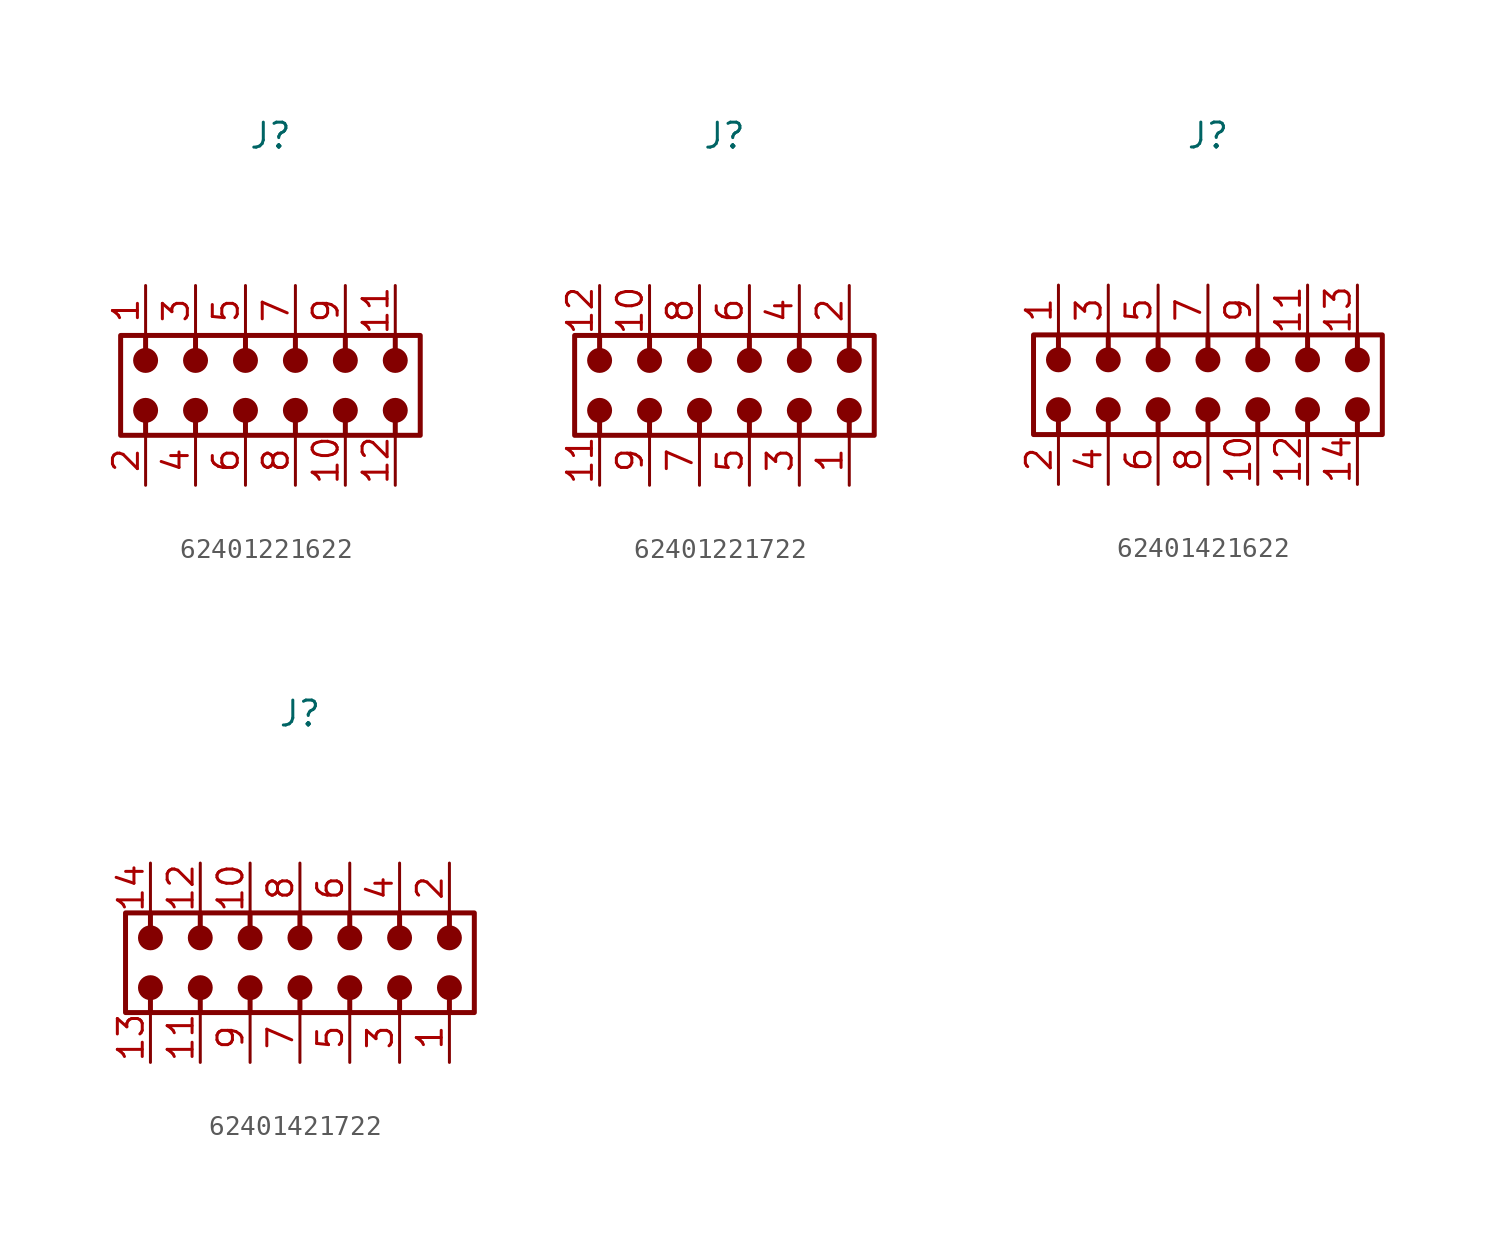
<source format=kicad_sym>
(kicad_symbol_lib
  (version 20241209)
  (generator "kicad_symbol_editor")
  (generator_version "9.0")
  (symbol "62401221622"
    (pin_names
      (hide yes))
    (property "Reference" "J"
      (at 0 12.7 0)
      (effects (font (size 1.27 1.27))))
    (symbol "62401221622_1_1"
      (rectangle (start -7.62 2.54) (end 7.62 -2.54) (stroke (width 0.254) (type solid)) (fill (type none)))
      (polyline (pts (xy -6.35 1.778) (xy -6.35 2.54)) (stroke (width 0.254) (type solid)) (fill (type none)))
      (circle (center -6.35 1.27) (radius 0.508) (stroke (width 0.254) (type solid)) (fill (type outline)))
      (circle (center -6.35 -1.27) (radius 0.508) (stroke (width 0.254) (type solid)) (fill (type outline)))
      (polyline (pts (xy -6.35 -1.778) (xy -6.35 -2.54)) (stroke (width 0.254) (type solid)) (fill (type none)))
      (polyline (pts (xy -3.81 1.778) (xy -3.81 2.54)) (stroke (width 0.254) (type solid)) (fill (type none)))
      (circle (center -3.81 1.27) (radius 0.508) (stroke (width 0.254) (type solid)) (fill (type outline)))
      (circle (center -3.81 -1.27) (radius 0.508) (stroke (width 0.254) (type solid)) (fill (type outline)))
      (polyline (pts (xy -3.81 -1.778) (xy -3.81 -2.54)) (stroke (width 0.254) (type solid)) (fill (type none)))
      (polyline (pts (xy -1.27 1.778) (xy -1.27 2.54)) (stroke (width 0.254) (type solid)) (fill (type none)))
      (circle (center -1.27 1.27) (radius 0.508) (stroke (width 0.254) (type solid)) (fill (type outline)))
      (circle (center -1.27 -1.27) (radius 0.508) (stroke (width 0.254) (type solid)) (fill (type outline)))
      (polyline (pts (xy -1.27 -1.778) (xy -1.27 -2.54)) (stroke (width 0.254) (type solid)) (fill (type none)))
      (polyline (pts (xy 1.27 1.778) (xy 1.27 2.54)) (stroke (width 0.254) (type solid)) (fill (type none)))
      (circle (center 1.27 1.27) (radius 0.508) (stroke (width 0.254) (type solid)) (fill (type outline)))
      (circle (center 1.27 -1.27) (radius 0.508) (stroke (width 0.254) (type solid)) (fill (type outline)))
      (polyline (pts (xy 1.27 -1.778) (xy 1.27 -2.54)) (stroke (width 0.254) (type solid)) (fill (type none)))
      (polyline (pts (xy 3.81 1.778) (xy 3.81 2.54)) (stroke (width 0.254) (type solid)) (fill (type none)))
      (circle (center 3.81 1.27) (radius 0.508) (stroke (width 0.254) (type solid)) (fill (type outline)))
      (circle (center 3.81 -1.27) (radius 0.508) (stroke (width 0.254) (type solid)) (fill (type outline)))
      (polyline (pts (xy 3.81 -1.778) (xy 3.81 -2.54)) (stroke (width 0.254) (type solid)) (fill (type none)))
      (polyline (pts (xy 6.35 1.778) (xy 6.35 2.54)) (stroke (width 0.254) (type solid)) (fill (type none)))
      (circle (center 6.35 1.27) (radius 0.508) (stroke (width 0.254) (type solid)) (fill (type outline)))
      (circle (center 6.35 -1.27) (radius 0.508) (stroke (width 0.254) (type solid)) (fill (type outline)))
      (polyline (pts (xy 6.35 -1.778) (xy 6.35 -2.54)) (stroke (width 0.254) (type solid)) (fill (type none)))
      (pin passive line (at -6.35 5.08 270) (length 2.54) (name "1" (effects (font (size 1.27 1.27)))) (number "1" (effects (font (size 1.27 1.27)))))
      (pin passive line (at -6.35 -5.08 90) (length 2.54) (name "2" (effects (font (size 1.27 1.27)))) (number "2" (effects (font (size 1.27 1.27)))))
      (pin passive line (at -3.81 5.08 270) (length 2.54) (name "3" (effects (font (size 1.27 1.27)))) (number "3" (effects (font (size 1.27 1.27)))))
      (pin passive line (at -3.81 -5.08 90) (length 2.54) (name "4" (effects (font (size 1.27 1.27)))) (number "4" (effects (font (size 1.27 1.27)))))
      (pin passive line (at -1.27 5.08 270) (length 2.54) (name "5" (effects (font (size 1.27 1.27)))) (number "5" (effects (font (size 1.27 1.27)))))
      (pin passive line (at -1.27 -5.08 90) (length 2.54) (name "6" (effects (font (size 1.27 1.27)))) (number "6" (effects (font (size 1.27 1.27)))))
      (pin passive line (at 1.27 5.08 270) (length 2.54) (name "7" (effects (font (size 1.27 1.27)))) (number "7" (effects (font (size 1.27 1.27)))))
      (pin passive line (at 1.27 -5.08 90) (length 2.54) (name "8" (effects (font (size 1.27 1.27)))) (number "8" (effects (font (size 1.27 1.27)))))
      (pin passive line (at 3.81 5.08 270) (length 2.54) (name "9" (effects (font (size 1.27 1.27)))) (number "9" (effects (font (size 1.27 1.27)))))
      (pin passive line (at 3.81 -5.08 90) (length 2.54) (name "10" (effects (font (size 1.27 1.27)))) (number "10" (effects (font (size 1.27 1.27)))))
      (pin passive line (at 6.35 5.08 270) (length 2.54) (name "11" (effects (font (size 1.27 1.27)))) (number "11" (effects (font (size 1.27 1.27)))))
      (pin passive line (at 6.35 -5.08 90) (length 2.54) (name "12" (effects (font (size 1.27 1.27)))) (number "12" (effects (font (size 1.27 1.27)))))))
  (symbol "62401221722"
    (pin_names
      (hide yes))
    (property "Reference" "J"
      (at 0 12.7 0)
      (effects (font (size 1.27 1.27))))
    (symbol "62401221722_1_1"
      (rectangle (start -7.62 2.54) (end 7.62 -2.54) (stroke (width 0.254) (type solid)) (fill (type none)))
      (polyline (pts (xy -6.35 1.778) (xy -6.35 2.54)) (stroke (width 0.254) (type solid)) (fill (type none)))
      (circle (center -6.35 1.27) (radius 0.508) (stroke (width 0.254) (type solid)) (fill (type outline)))
      (circle (center -6.35 -1.27) (radius 0.508) (stroke (width 0.254) (type solid)) (fill (type outline)))
      (polyline (pts (xy -6.35 -1.778) (xy -6.35 -2.54)) (stroke (width 0.254) (type solid)) (fill (type none)))
      (polyline (pts (xy -3.81 1.778) (xy -3.81 2.54)) (stroke (width 0.254) (type solid)) (fill (type none)))
      (circle (center -3.81 1.27) (radius 0.508) (stroke (width 0.254) (type solid)) (fill (type outline)))
      (circle (center -3.81 -1.27) (radius 0.508) (stroke (width 0.254) (type solid)) (fill (type outline)))
      (polyline (pts (xy -3.81 -1.778) (xy -3.81 -2.54)) (stroke (width 0.254) (type solid)) (fill (type none)))
      (polyline (pts (xy -1.27 1.778) (xy -1.27 2.54)) (stroke (width 0.254) (type solid)) (fill (type none)))
      (circle (center -1.27 1.27) (radius 0.508) (stroke (width 0.254) (type solid)) (fill (type outline)))
      (circle (center -1.27 -1.27) (radius 0.508) (stroke (width 0.254) (type solid)) (fill (type outline)))
      (polyline (pts (xy -1.27 -1.778) (xy -1.27 -2.54)) (stroke (width 0.254) (type solid)) (fill (type none)))
      (polyline (pts (xy 1.27 1.778) (xy 1.27 2.54)) (stroke (width 0.254) (type solid)) (fill (type none)))
      (circle (center 1.27 1.27) (radius 0.508) (stroke (width 0.254) (type solid)) (fill (type outline)))
      (circle (center 1.27 -1.27) (radius 0.508) (stroke (width 0.254) (type solid)) (fill (type outline)))
      (polyline (pts (xy 1.27 -1.778) (xy 1.27 -2.54)) (stroke (width 0.254) (type solid)) (fill (type none)))
      (polyline (pts (xy 3.81 1.778) (xy 3.81 2.54)) (stroke (width 0.254) (type solid)) (fill (type none)))
      (circle (center 3.81 1.27) (radius 0.508) (stroke (width 0.254) (type solid)) (fill (type outline)))
      (circle (center 3.81 -1.27) (radius 0.508) (stroke (width 0.254) (type solid)) (fill (type outline)))
      (polyline (pts (xy 3.81 -1.778) (xy 3.81 -2.54)) (stroke (width 0.254) (type solid)) (fill (type none)))
      (polyline (pts (xy 6.35 1.778) (xy 6.35 2.54)) (stroke (width 0.254) (type solid)) (fill (type none)))
      (circle (center 6.35 1.27) (radius 0.508) (stroke (width 0.254) (type solid)) (fill (type outline)))
      (circle (center 6.35 -1.27) (radius 0.508) (stroke (width 0.254) (type solid)) (fill (type outline)))
      (polyline (pts (xy 6.35 -1.778) (xy 6.35 -2.54)) (stroke (width 0.254) (type solid)) (fill (type none)))
      (pin passive line (at -6.35 5.08 270) (length 2.54) (name "12" (effects (font (size 1.27 1.27)))) (number "12" (effects (font (size 1.27 1.27)))))
      (pin passive line (at -6.35 -5.08 90) (length 2.54) (name "11" (effects (font (size 1.27 1.27)))) (number "11" (effects (font (size 1.27 1.27)))))
      (pin passive line (at -3.81 5.08 270) (length 2.54) (name "10" (effects (font (size 1.27 1.27)))) (number "10" (effects (font (size 1.27 1.27)))))
      (pin passive line (at -3.81 -5.08 90) (length 2.54) (name "9" (effects (font (size 1.27 1.27)))) (number "9" (effects (font (size 1.27 1.27)))))
      (pin passive line (at -1.27 5.08 270) (length 2.54) (name "8" (effects (font (size 1.27 1.27)))) (number "8" (effects (font (size 1.27 1.27)))))
      (pin passive line (at -1.27 -5.08 90) (length 2.54) (name "7" (effects (font (size 1.27 1.27)))) (number "7" (effects (font (size 1.27 1.27)))))
      (pin passive line (at 1.27 5.08 270) (length 2.54) (name "6" (effects (font (size 1.27 1.27)))) (number "6" (effects (font (size 1.27 1.27)))))
      (pin passive line (at 1.27 -5.08 90) (length 2.54) (name "5" (effects (font (size 1.27 1.27)))) (number "5" (effects (font (size 1.27 1.27)))))
      (pin passive line (at 3.81 5.08 270) (length 2.54) (name "4" (effects (font (size 1.27 1.27)))) (number "4" (effects (font (size 1.27 1.27)))))
      (pin passive line (at 3.81 -5.08 90) (length 2.54) (name "3" (effects (font (size 1.27 1.27)))) (number "3" (effects (font (size 1.27 1.27)))))
      (pin passive line (at 6.35 5.08 270) (length 2.54) (name "2" (effects (font (size 1.27 1.27)))) (number "2" (effects (font (size 1.27 1.27)))))
      (pin passive line (at 6.35 -5.08 90) (length 2.54) (name "1" (effects (font (size 1.27 1.27)))) (number "1" (effects (font (size 1.27 1.27)))))))
  (symbol "62401421622"
    (pin_names
      (hide yes))
    (property "Reference" "J"
      (at 0 12.7 0)
      (effects (font (size 1.27 1.27))))
    (symbol "62401421622_1_1"
      (rectangle (start -8.89 2.54) (end 8.89 -2.54) (stroke (width 0.254) (type solid)) (fill (type none)))
      (polyline (pts (xy -7.62 1.778) (xy -7.62 2.54)) (stroke (width 0.254) (type solid)) (fill (type none)))
      (circle (center -7.62 1.27) (radius 0.508) (stroke (width 0.254) (type solid)) (fill (type outline)))
      (circle (center -7.62 -1.27) (radius 0.508) (stroke (width 0.254) (type solid)) (fill (type outline)))
      (polyline (pts (xy -7.62 -1.778) (xy -7.62 -2.54)) (stroke (width 0.254) (type solid)) (fill (type none)))
      (polyline (pts (xy -5.08 1.778) (xy -5.08 2.54)) (stroke (width 0.254) (type solid)) (fill (type none)))
      (circle (center -5.08 1.27) (radius 0.508) (stroke (width 0.254) (type solid)) (fill (type outline)))
      (circle (center -5.08 -1.27) (radius 0.508) (stroke (width 0.254) (type solid)) (fill (type outline)))
      (polyline (pts (xy -5.08 -1.778) (xy -5.08 -2.54)) (stroke (width 0.254) (type solid)) (fill (type none)))
      (polyline (pts (xy -2.54 1.778) (xy -2.54 2.54)) (stroke (width 0.254) (type solid)) (fill (type none)))
      (circle (center -2.54 1.27) (radius 0.508) (stroke (width 0.254) (type solid)) (fill (type outline)))
      (circle (center -2.54 -1.27) (radius 0.508) (stroke (width 0.254) (type solid)) (fill (type outline)))
      (polyline (pts (xy -2.54 -1.778) (xy -2.54 -2.54)) (stroke (width 0.254) (type solid)) (fill (type none)))
      (polyline (pts (xy 0 1.778) (xy 0 2.54)) (stroke (width 0.254) (type solid)) (fill (type none)))
      (circle (center 0 1.27) (radius 0.508) (stroke (width 0.254) (type solid)) (fill (type outline)))
      (circle (center 0 -1.27) (radius 0.508) (stroke (width 0.254) (type solid)) (fill (type outline)))
      (polyline (pts (xy 0 -1.778) (xy 0 -2.54)) (stroke (width 0.254) (type solid)) (fill (type none)))
      (polyline (pts (xy 2.54 1.778) (xy 2.54 2.54)) (stroke (width 0.254) (type solid)) (fill (type none)))
      (circle (center 2.54 1.27) (radius 0.508) (stroke (width 0.254) (type solid)) (fill (type outline)))
      (circle (center 2.54 -1.27) (radius 0.508) (stroke (width 0.254) (type solid)) (fill (type outline)))
      (polyline (pts (xy 2.54 -1.778) (xy 2.54 -2.54)) (stroke (width 0.254) (type solid)) (fill (type none)))
      (polyline (pts (xy 5.08 1.778) (xy 5.08 2.54)) (stroke (width 0.254) (type solid)) (fill (type none)))
      (circle (center 5.08 1.27) (radius 0.508) (stroke (width 0.254) (type solid)) (fill (type outline)))
      (circle (center 5.08 -1.27) (radius 0.508) (stroke (width 0.254) (type solid)) (fill (type outline)))
      (polyline (pts (xy 5.08 -1.778) (xy 5.08 -2.54)) (stroke (width 0.254) (type solid)) (fill (type none)))
      (polyline (pts (xy 7.62 1.778) (xy 7.62 2.54)) (stroke (width 0.254) (type solid)) (fill (type none)))
      (circle (center 7.62 1.27) (radius 0.508) (stroke (width 0.254) (type solid)) (fill (type outline)))
      (circle (center 7.62 -1.27) (radius 0.508) (stroke (width 0.254) (type solid)) (fill (type outline)))
      (polyline (pts (xy 7.62 -1.778) (xy 7.62 -2.54)) (stroke (width 0.254) (type solid)) (fill (type none)))
      (pin passive line (at -7.62 5.08 270) (length 2.54) (name "1" (effects (font (size 1.27 1.27)))) (number "1" (effects (font (size 1.27 1.27)))))
      (pin passive line (at -7.62 -5.08 90) (length 2.54) (name "2" (effects (font (size 1.27 1.27)))) (number "2" (effects (font (size 1.27 1.27)))))
      (pin passive line (at -5.08 5.08 270) (length 2.54) (name "3" (effects (font (size 1.27 1.27)))) (number "3" (effects (font (size 1.27 1.27)))))
      (pin passive line (at -5.08 -5.08 90) (length 2.54) (name "4" (effects (font (size 1.27 1.27)))) (number "4" (effects (font (size 1.27 1.27)))))
      (pin passive line (at -2.54 5.08 270) (length 2.54) (name "5" (effects (font (size 1.27 1.27)))) (number "5" (effects (font (size 1.27 1.27)))))
      (pin passive line (at -2.54 -5.08 90) (length 2.54) (name "6" (effects (font (size 1.27 1.27)))) (number "6" (effects (font (size 1.27 1.27)))))
      (pin passive line (at 0 5.08 270) (length 2.54) (name "7" (effects (font (size 1.27 1.27)))) (number "7" (effects (font (size 1.27 1.27)))))
      (pin passive line (at 0 -5.08 90) (length 2.54) (name "8" (effects (font (size 1.27 1.27)))) (number "8" (effects (font (size 1.27 1.27)))))
      (pin passive line (at 2.54 5.08 270) (length 2.54) (name "9" (effects (font (size 1.27 1.27)))) (number "9" (effects (font (size 1.27 1.27)))))
      (pin passive line (at 2.54 -5.08 90) (length 2.54) (name "10" (effects (font (size 1.27 1.27)))) (number "10" (effects (font (size 1.27 1.27)))))
      (pin passive line (at 5.08 5.08 270) (length 2.54) (name "11" (effects (font (size 1.27 1.27)))) (number "11" (effects (font (size 1.27 1.27)))))
      (pin passive line (at 5.08 -5.08 90) (length 2.54) (name "12" (effects (font (size 1.27 1.27)))) (number "12" (effects (font (size 1.27 1.27)))))
      (pin passive line (at 7.62 5.08 270) (length 2.54) (name "13" (effects (font (size 1.27 1.27)))) (number "13" (effects (font (size 1.27 1.27)))))
      (pin passive line (at 7.62 -5.08 90) (length 2.54) (name "14" (effects (font (size 1.27 1.27)))) (number "14" (effects (font (size 1.27 1.27)))))))
  (symbol "62401421722"
    (pin_names
      (hide yes))
    (property "Reference" "J"
      (at 0 12.7 0)
      (effects (font (size 1.27 1.27))))
    (symbol "62401421722_1_1"
      (rectangle (start -8.89 2.54) (end 8.89 -2.54) (stroke (width 0.254) (type solid)) (fill (type none)))
      (polyline (pts (xy -7.62 1.778) (xy -7.62 2.54)) (stroke (width 0.254) (type solid)) (fill (type none)))
      (circle (center -7.62 1.27) (radius 0.508) (stroke (width 0.254) (type solid)) (fill (type outline)))
      (circle (center -7.62 -1.27) (radius 0.508) (stroke (width 0.254) (type solid)) (fill (type outline)))
      (polyline (pts (xy -7.62 -1.778) (xy -7.62 -2.54)) (stroke (width 0.254) (type solid)) (fill (type none)))
      (polyline (pts (xy -5.08 1.778) (xy -5.08 2.54)) (stroke (width 0.254) (type solid)) (fill (type none)))
      (circle (center -5.08 1.27) (radius 0.508) (stroke (width 0.254) (type solid)) (fill (type outline)))
      (circle (center -5.08 -1.27) (radius 0.508) (stroke (width 0.254) (type solid)) (fill (type outline)))
      (polyline (pts (xy -5.08 -1.778) (xy -5.08 -2.54)) (stroke (width 0.254) (type solid)) (fill (type none)))
      (polyline (pts (xy -2.54 1.778) (xy -2.54 2.54)) (stroke (width 0.254) (type solid)) (fill (type none)))
      (circle (center -2.54 1.27) (radius 0.508) (stroke (width 0.254) (type solid)) (fill (type outline)))
      (circle (center -2.54 -1.27) (radius 0.508) (stroke (width 0.254) (type solid)) (fill (type outline)))
      (polyline (pts (xy -2.54 -1.778) (xy -2.54 -2.54)) (stroke (width 0.254) (type solid)) (fill (type none)))
      (polyline (pts (xy 0 1.778) (xy 0 2.54)) (stroke (width 0.254) (type solid)) (fill (type none)))
      (circle (center 0 1.27) (radius 0.508) (stroke (width 0.254) (type solid)) (fill (type outline)))
      (circle (center 0 -1.27) (radius 0.508) (stroke (width 0.254) (type solid)) (fill (type outline)))
      (polyline (pts (xy 0 -1.778) (xy 0 -2.54)) (stroke (width 0.254) (type solid)) (fill (type none)))
      (polyline (pts (xy 2.54 1.778) (xy 2.54 2.54)) (stroke (width 0.254) (type solid)) (fill (type none)))
      (circle (center 2.54 1.27) (radius 0.508) (stroke (width 0.254) (type solid)) (fill (type outline)))
      (circle (center 2.54 -1.27) (radius 0.508) (stroke (width 0.254) (type solid)) (fill (type outline)))
      (polyline (pts (xy 2.54 -1.778) (xy 2.54 -2.54)) (stroke (width 0.254) (type solid)) (fill (type none)))
      (polyline (pts (xy 5.08 1.778) (xy 5.08 2.54)) (stroke (width 0.254) (type solid)) (fill (type none)))
      (circle (center 5.08 1.27) (radius 0.508) (stroke (width 0.254) (type solid)) (fill (type outline)))
      (circle (center 5.08 -1.27) (radius 0.508) (stroke (width 0.254) (type solid)) (fill (type outline)))
      (polyline (pts (xy 5.08 -1.778) (xy 5.08 -2.54)) (stroke (width 0.254) (type solid)) (fill (type none)))
      (polyline (pts (xy 7.62 1.778) (xy 7.62 2.54)) (stroke (width 0.254) (type solid)) (fill (type none)))
      (circle (center 7.62 1.27) (radius 0.508) (stroke (width 0.254) (type solid)) (fill (type outline)))
      (circle (center 7.62 -1.27) (radius 0.508) (stroke (width 0.254) (type solid)) (fill (type outline)))
      (polyline (pts (xy 7.62 -1.778) (xy 7.62 -2.54)) (stroke (width 0.254) (type solid)) (fill (type none)))
      (pin passive line (at -7.62 5.08 270) (length 2.54) (name "14" (effects (font (size 1.27 1.27)))) (number "14" (effects (font (size 1.27 1.27)))))
      (pin passive line (at -7.62 -5.08 90) (length 2.54) (name "13" (effects (font (size 1.27 1.27)))) (number "13" (effects (font (size 1.27 1.27)))))
      (pin passive line (at -5.08 5.08 270) (length 2.54) (name "12" (effects (font (size 1.27 1.27)))) (number "12" (effects (font (size 1.27 1.27)))))
      (pin passive line (at -5.08 -5.08 90) (length 2.54) (name "11" (effects (font (size 1.27 1.27)))) (number "11" (effects (font (size 1.27 1.27)))))
      (pin passive line (at -2.54 5.08 270) (length 2.54) (name "10" (effects (font (size 1.27 1.27)))) (number "10" (effects (font (size 1.27 1.27)))))
      (pin passive line (at -2.54 -5.08 90) (length 2.54) (name "9" (effects (font (size 1.27 1.27)))) (number "9" (effects (font (size 1.27 1.27)))))
      (pin passive line (at 0 5.08 270) (length 2.54) (name "8" (effects (font (size 1.27 1.27)))) (number "8" (effects (font (size 1.27 1.27)))))
      (pin passive line (at 0 -5.08 90) (length 2.54) (name "7" (effects (font (size 1.27 1.27)))) (number "7" (effects (font (size 1.27 1.27)))))
      (pin passive line (at 2.54 5.08 270) (length 2.54) (name "6" (effects (font (size 1.27 1.27)))) (number "6" (effects (font (size 1.27 1.27)))))
      (pin passive line (at 2.54 -5.08 90) (length 2.54) (name "5" (effects (font (size 1.27 1.27)))) (number "5" (effects (font (size 1.27 1.27)))))
      (pin passive line (at 5.08 5.08 270) (length 2.54) (name "4" (effects (font (size 1.27 1.27)))) (number "4" (effects (font (size 1.27 1.27)))))
      (pin passive line (at 5.08 -5.08 90) (length 2.54) (name "3" (effects (font (size 1.27 1.27)))) (number "3" (effects (font (size 1.27 1.27)))))
      (pin passive line (at 7.62 5.08 270) (length 2.54) (name "2" (effects (font (size 1.27 1.27)))) (number "2" (effects (font (size 1.27 1.27)))))
      (pin passive line (at 7.62 -5.08 90) (length 2.54) (name "1" (effects (font (size 1.27 1.27)))) (number "1" (effects (font (size 1.27 1.27))))))))
</source>
